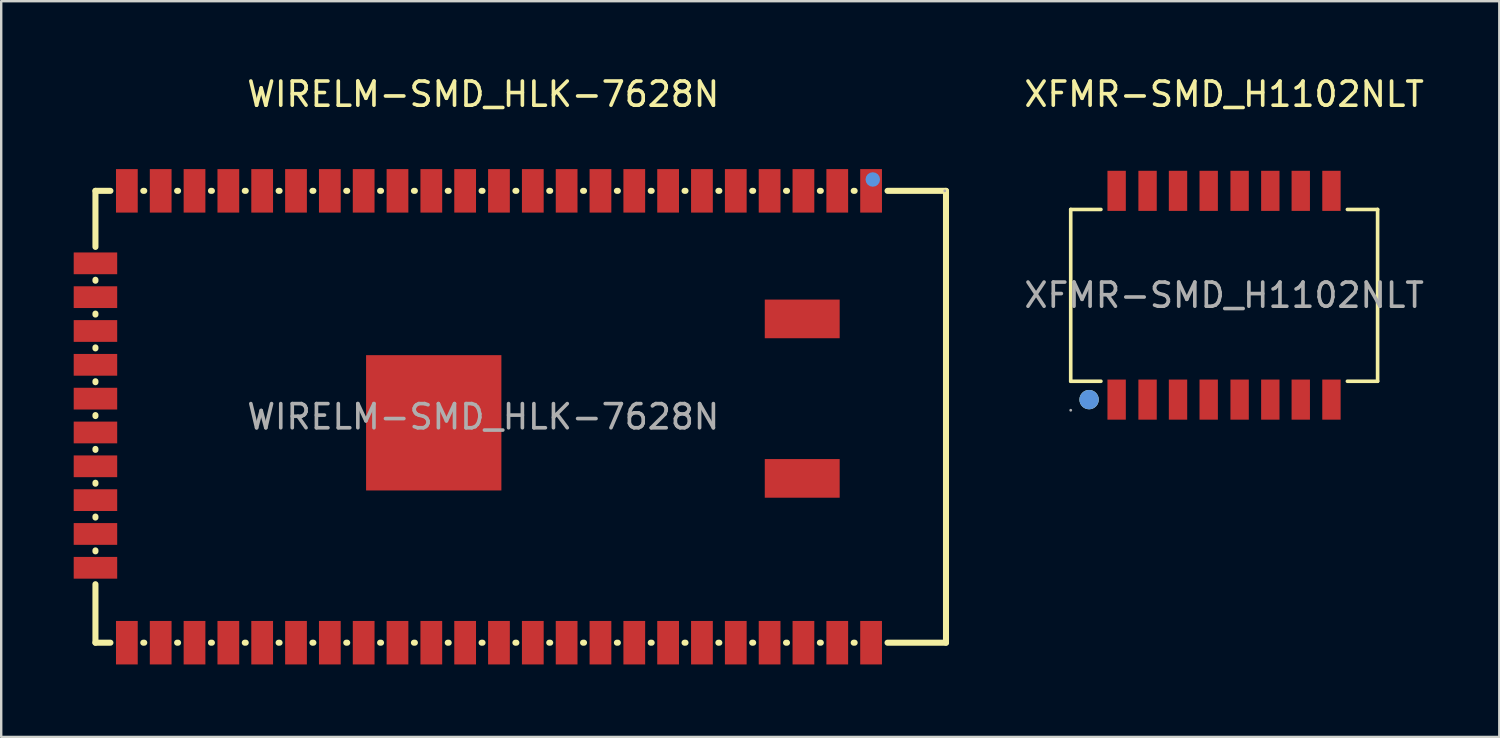
<source format=kicad_pcb>
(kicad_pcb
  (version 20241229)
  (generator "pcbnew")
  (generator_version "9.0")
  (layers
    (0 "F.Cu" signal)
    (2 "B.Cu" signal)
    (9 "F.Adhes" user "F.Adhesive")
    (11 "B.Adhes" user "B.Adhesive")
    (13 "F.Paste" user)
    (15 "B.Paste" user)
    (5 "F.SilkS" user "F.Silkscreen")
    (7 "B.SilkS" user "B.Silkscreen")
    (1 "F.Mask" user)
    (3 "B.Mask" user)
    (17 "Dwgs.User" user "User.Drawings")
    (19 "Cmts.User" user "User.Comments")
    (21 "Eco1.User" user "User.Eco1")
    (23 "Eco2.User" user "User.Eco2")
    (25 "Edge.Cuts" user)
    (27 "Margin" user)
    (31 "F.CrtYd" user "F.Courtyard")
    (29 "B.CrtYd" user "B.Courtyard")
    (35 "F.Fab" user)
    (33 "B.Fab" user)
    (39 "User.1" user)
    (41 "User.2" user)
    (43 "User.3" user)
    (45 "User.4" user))
  (footprint "XFMR-SMD_H1102NLT"
    (layer "F.Cu")
    (at 47.612 9.168)
    (property "Reference" "XFMR-SMD_H1102NLT" (at 0 -8.32 0) (layer "F.SilkS") (effects (font (size 1 1) (thickness 0.15))))
    (attr smd)
    (fp_line (start -6.35 3.56) (end -6.35 -3.55) (stroke (width 0.15) (type solid)) (layer "F.SilkS"))
    (fp_line (start -5.1 -3.55) (end -6.35 -3.55) (stroke (width 0.15) (type solid)) (layer "F.SilkS"))
    (fp_line (start -5.1 3.56) (end -6.35 3.56) (stroke (width 0.15) (type solid)) (layer "F.SilkS"))
    (fp_line (start 6.35 -3.55) (end 5.1 -3.55) (stroke (width 0.15) (type solid)) (layer "F.SilkS"))
    (fp_line (start 6.35 3.56) (end 5.1 3.56) (stroke (width 0.15) (type solid)) (layer "F.SilkS"))
    (fp_line (start 6.35 3.56) (end 6.35 -3.55) (stroke (width 0.15) (type solid)) (layer "F.SilkS"))
    (fp_circle (center -5.59 4.32) (end -5.39 4.32) (stroke (width 0.4) (type solid)) (fill no) (layer "F.SilkS"))
    (fp_circle (center -5.59 4.32) (end -5.39 4.32) (stroke (width 0.4) (type solid)) (fill no) (layer "Cmts.User"))
    (fp_circle (center -6.35 4.76) (end -6.32 4.76) (stroke (width 0.06) (type solid)) (fill no) (layer "F.Fab"))
    (fp_text user "${REFERENCE}" (at 0 0 0) (layer "F.Fab") (effects (font (size 1 1) (thickness 0.15))))
    (pad "1" smd rect (at -4.45 4.32 180) (size 0.76 1.66) (layers "F.Cu" "F.Mask" "F.Paste"))
    (pad "2" smd rect (at -3.17 4.32 180) (size 0.76 1.66) (layers "F.Cu" "F.Mask" "F.Paste"))
    (pad "3" smd rect (at -1.91 4.32 180) (size 0.76 1.66) (layers "F.Cu" "F.Mask" "F.Paste"))
    (pad "4" smd rect (at -0.64 4.32 180) (size 0.76 1.66) (layers "F.Cu" "F.Mask" "F.Paste"))
    (pad "5" smd rect (at 0.64 4.32 180) (size 0.76 1.66) (layers "F.Cu" "F.Mask" "F.Paste"))
    (pad "6" smd rect (at 1.91 4.32 180) (size 0.76 1.66) (layers "F.Cu" "F.Mask" "F.Paste"))
    (pad "7" smd rect (at 3.17 4.32 180) (size 0.76 1.66) (layers "F.Cu" "F.Mask" "F.Paste"))
    (pad "8" smd rect (at 4.44 4.32 180) (size 0.76 1.66) (layers "F.Cu" "F.Mask" "F.Paste"))
    (pad "9" smd rect (at 4.44 -4.32 180) (size 0.76 1.66) (layers "F.Cu" "F.Mask" "F.Paste"))
    (pad "10" smd rect (at 3.17 -4.32 180) (size 0.76 1.66) (layers "F.Cu" "F.Mask" "F.Paste"))
    (pad "11" smd rect (at 1.91 -4.32 180) (size 0.76 1.66) (layers "F.Cu" "F.Mask" "F.Paste"))
    (pad "12" smd rect (at 0.64 -4.32 180) (size 0.76 1.66) (layers "F.Cu" "F.Mask" "F.Paste"))
    (pad "13" smd rect (at -0.64 -4.32 180) (size 0.76 1.66) (layers "F.Cu" "F.Mask" "F.Paste"))
    (pad "14" smd rect (at -1.91 -4.32 180) (size 0.76 1.66) (layers "F.Cu" "F.Mask" "F.Paste"))
    (pad "15" smd rect (at -3.17 -4.32 180) (size 0.76 1.66) (layers "F.Cu" "F.Mask" "F.Paste"))
    (pad "16" smd rect (at -4.45 -4.32 180) (size 0.76 1.66) (layers "F.Cu" "F.Mask" "F.Paste")))
  (footprint "WIRELM-SMD_HLK-7628N"
    (layer "F.Cu")
    (at 16.95 14.198)
    (property "Reference" "WIRELM-SMD_HLK-7628N" (at 0 -13.35 0) (layer "F.SilkS") (effects (font (size 1 1) (thickness 0.15))))
    (attr smd)
    (fp_line (start -16.05 -9.35) (end -16.05 -7.03) (stroke (width 0.25) (type solid)) (layer "F.SilkS"))
    (fp_line (start -16.05 -9.35) (end -15.43 -9.35) (stroke (width 0.25) (type solid)) (layer "F.SilkS"))
    (fp_line (start -16.05 -5.67) (end -16.05 -5.63) (stroke (width 0.25) (type solid)) (layer "F.SilkS"))
    (fp_line (start -16.05 -4.27) (end -16.05 -4.23) (stroke (width 0.25) (type solid)) (layer "F.SilkS"))
    (fp_line (start -16.05 -2.87) (end -16.05 -2.83) (stroke (width 0.25) (type solid)) (layer "F.SilkS"))
    (fp_line (start -16.05 -1.47) (end -16.05 -1.43) (stroke (width 0.25) (type solid)) (layer "F.SilkS"))
    (fp_line (start -16.05 -0.07) (end -16.05 -0.03) (stroke (width 0.25) (type solid)) (layer "F.SilkS"))
    (fp_line (start -16.05 1.33) (end -16.05 1.37) (stroke (width 0.25) (type solid)) (layer "F.SilkS"))
    (fp_line (start -16.05 2.73) (end -16.05 2.77) (stroke (width 0.25) (type solid)) (layer "F.SilkS"))
    (fp_line (start -16.05 4.13) (end -16.05 4.17) (stroke (width 0.25) (type solid)) (layer "F.SilkS"))
    (fp_line (start -16.05 5.53) (end -16.05 5.57) (stroke (width 0.25) (type solid)) (layer "F.SilkS"))
    (fp_line (start -16.05 6.93) (end -16.05 9.35) (stroke (width 0.25) (type solid)) (layer "F.SilkS"))
    (fp_line (start -16.05 9.35) (end -15.43 9.35) (stroke (width 0.25) (type solid)) (layer "F.SilkS"))
    (fp_line (start -14.07 -9.35) (end -14.03 -9.35) (stroke (width 0.25) (type solid)) (layer "F.SilkS"))
    (fp_line (start -14.07 9.35) (end -14.03 9.35) (stroke (width 0.25) (type solid)) (layer "F.SilkS"))
    (fp_line (start -12.67 -9.35) (end -12.63 -9.35) (stroke (width 0.25) (type solid)) (layer "F.SilkS"))
    (fp_line (start -12.67 9.35) (end -12.63 9.35) (stroke (width 0.25) (type solid)) (layer "F.SilkS"))
    (fp_line (start -11.27 -9.35) (end -11.23 -9.35) (stroke (width 0.25) (type solid)) (layer "F.SilkS"))
    (fp_line (start -11.27 9.35) (end -11.23 9.35) (stroke (width 0.25) (type solid)) (layer "F.SilkS"))
    (fp_line (start -9.87 -9.35) (end -9.83 -9.35) (stroke (width 0.25) (type solid)) (layer "F.SilkS"))
    (fp_line (start -9.87 9.35) (end -9.83 9.35) (stroke (width 0.25) (type solid)) (layer "F.SilkS"))
    (fp_line (start -8.47 -9.35) (end -8.43 -9.35) (stroke (width 0.25) (type solid)) (layer "F.SilkS"))
    (fp_line (start -8.47 9.35) (end -8.43 9.35) (stroke (width 0.25) (type solid)) (layer "F.SilkS"))
    (fp_line (start -7.07 -9.35) (end -7.03 -9.35) (stroke (width 0.25) (type solid)) (layer "F.SilkS"))
    (fp_line (start -7.07 9.35) (end -7.03 9.35) (stroke (width 0.25) (type solid)) (layer "F.SilkS"))
    (fp_line (start -5.67 -9.35) (end -5.63 -9.35) (stroke (width 0.25) (type solid)) (layer "F.SilkS"))
    (fp_line (start -5.67 9.35) (end -5.63 9.35) (stroke (width 0.25) (type solid)) (layer "F.SilkS"))
    (fp_line (start -4.27 -9.35) (end -4.23 -9.35) (stroke (width 0.25) (type solid)) (layer "F.SilkS"))
    (fp_line (start -4.27 9.35) (end -4.23 9.35) (stroke (width 0.25) (type solid)) (layer "F.SilkS"))
    (fp_line (start -2.87 -9.35) (end -2.83 -9.35) (stroke (width 0.25) (type solid)) (layer "F.SilkS"))
    (fp_line (start -2.87 9.35) (end -2.83 9.35) (stroke (width 0.25) (type solid)) (layer "F.SilkS"))
    (fp_line (start -1.47 -9.35) (end -1.43 -9.35) (stroke (width 0.25) (type solid)) (layer "F.SilkS"))
    (fp_line (start -1.47 9.35) (end -1.43 9.35) (stroke (width 0.25) (type solid)) (layer "F.SilkS"))
    (fp_line (start -0.07 -9.35) (end -0.03 -9.35) (stroke (width 0.25) (type solid)) (layer "F.SilkS"))
    (fp_line (start -0.07 9.35) (end -0.03 9.35) (stroke (width 0.25) (type solid)) (layer "F.SilkS"))
    (fp_line (start 1.33 -9.35) (end 1.37 -9.35) (stroke (width 0.25) (type solid)) (layer "F.SilkS"))
    (fp_line (start 1.33 9.35) (end 1.37 9.35) (stroke (width 0.25) (type solid)) (layer "F.SilkS"))
    (fp_line (start 2.73 -9.35) (end 2.77 -9.35) (stroke (width 0.25) (type solid)) (layer "F.SilkS"))
    (fp_line (start 2.73 9.35) (end 2.77 9.35) (stroke (width 0.25) (type solid)) (layer "F.SilkS"))
    (fp_line (start 4.13 -9.35) (end 4.17 -9.35) (stroke (width 0.25) (type solid)) (layer "F.SilkS"))
    (fp_line (start 4.13 9.35) (end 4.17 9.35) (stroke (width 0.25) (type solid)) (layer "F.SilkS"))
    (fp_line (start 5.53 -9.35) (end 5.57 -9.35) (stroke (width 0.25) (type solid)) (layer "F.SilkS"))
    (fp_line (start 5.53 9.35) (end 5.57 9.35) (stroke (width 0.25) (type solid)) (layer "F.SilkS"))
    (fp_line (start 6.93 -9.35) (end 6.97 -9.35) (stroke (width 0.25) (type solid)) (layer "F.SilkS"))
    (fp_line (start 6.93 9.35) (end 6.97 9.35) (stroke (width 0.25) (type solid)) (layer "F.SilkS"))
    (fp_line (start 8.33 -9.35) (end 8.37 -9.35) (stroke (width 0.25) (type solid)) (layer "F.SilkS"))
    (fp_line (start 8.33 9.35) (end 8.37 9.35) (stroke (width 0.25) (type solid)) (layer "F.SilkS"))
    (fp_line (start 9.73 -9.35) (end 9.77 -9.35) (stroke (width 0.25) (type solid)) (layer "F.SilkS"))
    (fp_line (start 9.73 9.35) (end 9.77 9.35) (stroke (width 0.25) (type solid)) (layer "F.SilkS"))
    (fp_line (start 11.13 -9.35) (end 11.17 -9.35) (stroke (width 0.25) (type solid)) (layer "F.SilkS"))
    (fp_line (start 11.13 9.35) (end 11.17 9.35) (stroke (width 0.25) (type solid)) (layer "F.SilkS"))
    (fp_line (start 12.53 -9.35) (end 12.57 -9.35) (stroke (width 0.25) (type solid)) (layer "F.SilkS"))
    (fp_line (start 12.53 9.35) (end 12.57 9.35) (stroke (width 0.25) (type solid)) (layer "F.SilkS"))
    (fp_line (start 13.93 -9.35) (end 13.97 -9.35) (stroke (width 0.25) (type solid)) (layer "F.SilkS"))
    (fp_line (start 13.93 9.35) (end 13.97 9.35) (stroke (width 0.25) (type solid)) (layer "F.SilkS"))
    (fp_line (start 15.33 -9.35) (end 15.37 -9.35) (stroke (width 0.25) (type solid)) (layer "F.SilkS"))
    (fp_line (start 15.33 9.35) (end 15.37 9.35) (stroke (width 0.25) (type solid)) (layer "F.SilkS"))
    (fp_line (start 16.73 -9.35) (end 19.15 -9.35) (stroke (width 0.25) (type solid)) (layer "F.SilkS"))
    (fp_line (start 16.73 9.35) (end 19.15 9.35) (stroke (width 0.25) (type solid)) (layer "F.SilkS"))
    (fp_line (start 19.15 9.35) (end 19.15 -9.35) (stroke (width 0.25) (type solid)) (layer "F.SilkS"))
    (fp_circle (center 16.12 -9.82) (end 16.27 -9.82) (stroke (width 0.3) (type solid)) (fill no) (layer "Cmts.User"))
    (fp_circle (center 19.1 -9.35) (end 19.13 -9.35) (stroke (width 0.06) (type solid)) (fill no) (layer "F.Fab"))
    (fp_text user "${REFERENCE}" (at 0 0 0) (layer "F.Fab") (effects (font (size 1 1) (thickness 0.15))))
    (pad "1" smd rect (at 16.05 -9.35) (size 0.9 1.8) (layers "F.Cu" "F.Mask" "F.Paste"))
    (pad "2" smd rect (at 14.65 -9.35) (size 0.9 1.8) (layers "F.Cu" "F.Mask" "F.Paste"))
    (pad "3" smd rect (at 13.25 -9.35) (size 0.9 1.8) (layers "F.Cu" "F.Mask" "F.Paste"))
    (pad "4" smd rect (at 11.85 -9.35) (size 0.9 1.8) (layers "F.Cu" "F.Mask" "F.Paste"))
    (pad "5" smd rect (at 10.45 -9.35) (size 0.9 1.8) (layers "F.Cu" "F.Mask" "F.Paste"))
    (pad "6" smd rect (at 9.05 -9.35) (size 0.9 1.8) (layers "F.Cu" "F.Mask" "F.Paste"))
    (pad "7" smd rect (at 7.65 -9.35) (size 0.9 1.8) (layers "F.Cu" "F.Mask" "F.Paste"))
    (pad "8" smd rect (at 6.25 -9.35) (size 0.9 1.8) (layers "F.Cu" "F.Mask" "F.Paste"))
    (pad "9" smd rect (at 4.85 -9.35) (size 0.9 1.8) (layers "F.Cu" "F.Mask" "F.Paste"))
    (pad "10" smd rect (at 3.45 -9.35) (size 0.9 1.8) (layers "F.Cu" "F.Mask" "F.Paste"))
    (pad "11" smd rect (at 2.05 -9.35) (size 0.9 1.8) (layers "F.Cu" "F.Mask" "F.Paste"))
    (pad "12" smd rect (at 0.65 -9.35) (size 0.9 1.8) (layers "F.Cu" "F.Mask" "F.Paste"))
    (pad "13" smd rect (at -0.75 -9.35) (size 0.9 1.8) (layers "F.Cu" "F.Mask" "F.Paste"))
    (pad "14" smd rect (at -2.15 -9.35) (size 0.9 1.8) (layers "F.Cu" "F.Mask" "F.Paste"))
    (pad "15" smd rect (at -3.55 -9.35) (size 0.9 1.8) (layers "F.Cu" "F.Mask" "F.Paste"))
    (pad "16" smd rect (at -4.95 -9.35) (size 0.9 1.8) (layers "F.Cu" "F.Mask" "F.Paste"))
    (pad "17" smd rect (at -6.35 -9.35) (size 0.9 1.8) (layers "F.Cu" "F.Mask" "F.Paste"))
    (pad "18" smd rect (at -7.75 -9.35) (size 0.9 1.8) (layers "F.Cu" "F.Mask" "F.Paste"))
    (pad "19" smd rect (at -9.15 -9.35) (size 0.9 1.8) (layers "F.Cu" "F.Mask" "F.Paste"))
    (pad "20" smd rect (at -10.55 -9.35) (size 0.9 1.8) (layers "F.Cu" "F.Mask" "F.Paste"))
    (pad "21" smd rect (at -11.95 -9.35) (size 0.9 1.8) (layers "F.Cu" "F.Mask" "F.Paste"))
    (pad "22" smd rect (at -13.35 -9.35) (size 0.9 1.8) (layers "F.Cu" "F.Mask" "F.Paste"))
    (pad "23" smd rect (at -14.75 -9.35) (size 0.9 1.8) (layers "F.Cu" "F.Mask" "F.Paste"))
    (pad "24" smd rect (at -16.05 -6.35 90) (size 0.9 1.8) (layers "F.Cu" "F.Mask" "F.Paste"))
    (pad "25" smd rect (at -16.05 -4.95 90) (size 0.9 1.8) (layers "F.Cu" "F.Mask" "F.Paste"))
    (pad "26" smd rect (at -16.05 -3.55 90) (size 0.9 1.8) (layers "F.Cu" "F.Mask" "F.Paste"))
    (pad "27" smd rect (at -16.05 -2.15 90) (size 0.9 1.8) (layers "F.Cu" "F.Mask" "F.Paste"))
    (pad "28" smd rect (at -16.05 -0.75 90) (size 0.9 1.8) (layers "F.Cu" "F.Mask" "F.Paste"))
    (pad "29" smd rect (at -16.05 0.65 90) (size 0.9 1.8) (layers "F.Cu" "F.Mask" "F.Paste"))
    (pad "30" smd rect (at -16.05 2.05 90) (size 0.9 1.8) (layers "F.Cu" "F.Mask" "F.Paste"))
    (pad "31" smd rect (at -16.05 3.45 90) (size 0.9 1.8) (layers "F.Cu" "F.Mask" "F.Paste"))
    (pad "32" smd rect (at -16.05 4.85 90) (size 0.9 1.8) (layers "F.Cu" "F.Mask" "F.Paste"))
    (pad "33" smd rect (at -16.05 6.25 90) (size 0.9 1.8) (layers "F.Cu" "F.Mask" "F.Paste"))
    (pad "34" smd rect (at -14.75 9.35 180) (size 0.9 1.8) (layers "F.Cu" "F.Mask" "F.Paste"))
    (pad "35" smd rect (at -13.35 9.35 180) (size 0.9 1.8) (layers "F.Cu" "F.Mask" "F.Paste"))
    (pad "36" smd rect (at -11.95 9.35 180) (size 0.9 1.8) (layers "F.Cu" "F.Mask" "F.Paste"))
    (pad "37" smd rect (at -10.55 9.35 180) (size 0.9 1.8) (layers "F.Cu" "F.Mask" "F.Paste"))
    (pad "38" smd rect (at -9.15 9.35 180) (size 0.9 1.8) (layers "F.Cu" "F.Mask" "F.Paste"))
    (pad "39" smd rect (at -7.75 9.35 180) (size 0.9 1.8) (layers "F.Cu" "F.Mask" "F.Paste"))
    (pad "40" smd rect (at -6.35 9.35 180) (size 0.9 1.8) (layers "F.Cu" "F.Mask" "F.Paste"))
    (pad "41" smd rect (at -4.95 9.35 180) (size 0.9 1.8) (layers "F.Cu" "F.Mask" "F.Paste"))
    (pad "42" smd rect (at -3.55 9.35 180) (size 0.9 1.8) (layers "F.Cu" "F.Mask" "F.Paste"))
    (pad "43" smd rect (at -2.15 9.35 180) (size 0.9 1.8) (layers "F.Cu" "F.Mask" "F.Paste"))
    (pad "44" smd rect (at -0.75 9.35 180) (size 0.9 1.8) (layers "F.Cu" "F.Mask" "F.Paste"))
    (pad "45" smd rect (at 0.65 9.35 180) (size 0.9 1.8) (layers "F.Cu" "F.Mask" "F.Paste"))
    (pad "46" smd rect (at 2.05 9.35 180) (size 0.9 1.8) (layers "F.Cu" "F.Mask" "F.Paste"))
    (pad "47" smd rect (at 3.45 9.35 180) (size 0.9 1.8) (layers "F.Cu" "F.Mask" "F.Paste"))
    (pad "48" smd rect (at 4.85 9.35 180) (size 0.9 1.8) (layers "F.Cu" "F.Mask" "F.Paste"))
    (pad "49" smd rect (at 6.25 9.35 180) (size 0.9 1.8) (layers "F.Cu" "F.Mask" "F.Paste"))
    (pad "50" smd rect (at 7.65 9.35 180) (size 0.9 1.8) (layers "F.Cu" "F.Mask" "F.Paste"))
    (pad "51" smd rect (at 9.05 9.35 180) (size 0.9 1.8) (layers "F.Cu" "F.Mask" "F.Paste"))
    (pad "52" smd rect (at 10.45 9.35 180) (size 0.9 1.8) (layers "F.Cu" "F.Mask" "F.Paste"))
    (pad "53" smd rect (at 11.85 9.35 180) (size 0.9 1.8) (layers "F.Cu" "F.Mask" "F.Paste"))
    (pad "54" smd rect (at 13.25 9.35 180) (size 0.9 1.8) (layers "F.Cu" "F.Mask" "F.Paste"))
    (pad "55" smd rect (at 14.65 9.35 180) (size 0.9 1.8) (layers "F.Cu" "F.Mask" "F.Paste"))
    (pad "56" smd rect (at 16.05 9.35 180) (size 0.9 1.8) (layers "F.Cu" "F.Mask" "F.Paste"))
    (pad "57" smd rect (at -2.05 0.25) (size 5.6 5.6) (layers "F.Cu" "F.Mask" "F.Paste"))
    (pad "58" smd rect (at 13.2 2.55) (size 3.1 1.6) (layers "F.Cu" "F.Mask" "F.Paste"))
    (pad "59" smd rect (at 13.2 -4.05) (size 3.1 1.6) (layers "F.Cu" "F.Mask" "F.Paste")))
  (gr_rect
    (start -3 -3)
    (end 58.999 27.448)
    (stroke (width 0.1) (type default))
    (fill no)
    (layer "Edge.Cuts")))
</source>
